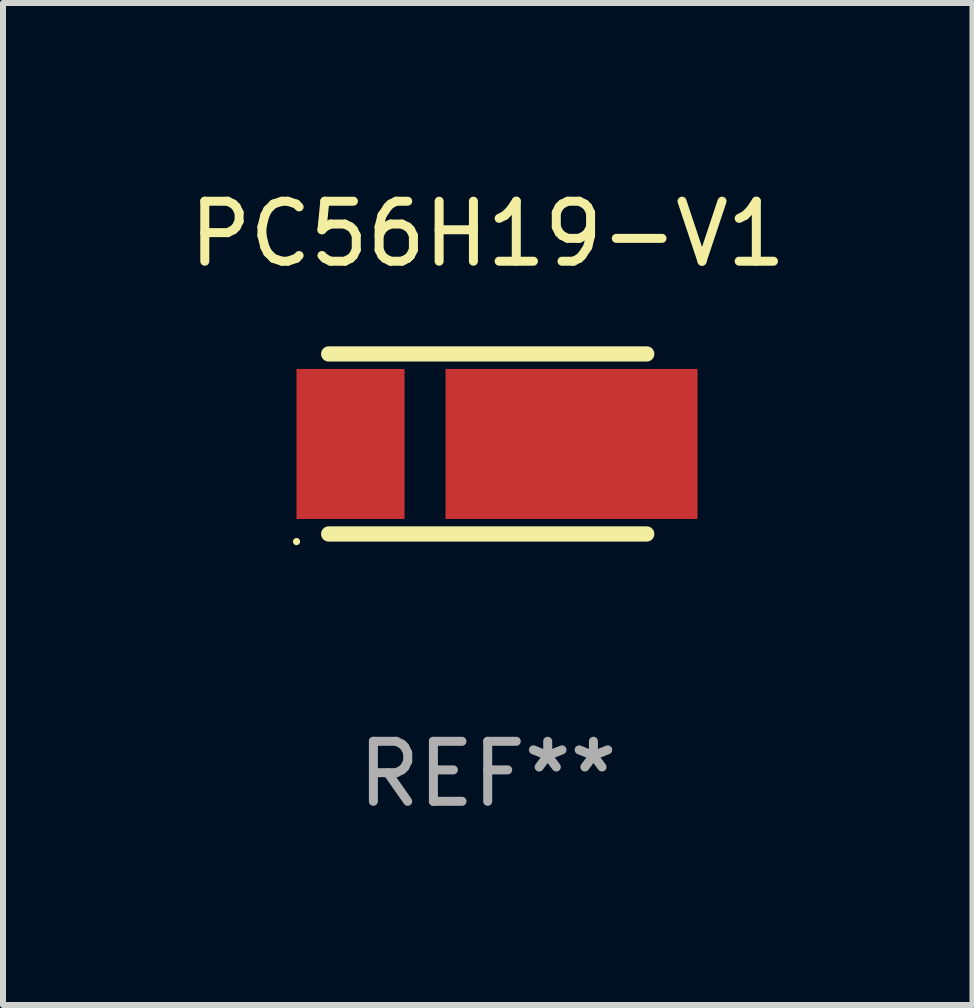
<source format=kicad_pcb>
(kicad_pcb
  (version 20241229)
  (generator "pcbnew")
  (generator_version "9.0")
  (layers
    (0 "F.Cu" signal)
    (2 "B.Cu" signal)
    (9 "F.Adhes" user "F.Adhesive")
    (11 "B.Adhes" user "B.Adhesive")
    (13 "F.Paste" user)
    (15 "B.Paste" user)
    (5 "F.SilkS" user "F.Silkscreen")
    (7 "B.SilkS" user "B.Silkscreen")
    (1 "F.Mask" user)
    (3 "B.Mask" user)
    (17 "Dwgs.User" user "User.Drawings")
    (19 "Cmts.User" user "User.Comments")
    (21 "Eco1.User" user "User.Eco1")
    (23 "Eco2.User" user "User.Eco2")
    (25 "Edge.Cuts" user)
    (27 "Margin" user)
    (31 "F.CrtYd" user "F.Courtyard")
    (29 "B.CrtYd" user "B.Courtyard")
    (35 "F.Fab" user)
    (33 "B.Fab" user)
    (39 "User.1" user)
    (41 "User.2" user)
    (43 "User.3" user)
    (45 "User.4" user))
  (footprint "PC56H19-V1"
    (layer "F.Cu")
    (at 5.077 4.348)
    (property "Reference" "PC56H19-V1" (at 0 -3.5 0) (layer "F.SilkS") (effects (font (size 1 1) (thickness 0.15))))
    (attr through_hole)
    (fp_line (start -2.65 -1.5) (end 2.65 -1.5) (stroke (width 0.254) (type solid)) (layer "F.SilkS"))
    (fp_line (start 2.65 1.5) (end -2.65 1.5) (stroke (width 0.254) (type solid)) (layer "F.SilkS"))
    (fp_circle (center -3.186 1.627) (end -3.156 1.627) (stroke (width 0.06) (type solid)) (fill no) (layer "F.SilkS"))
    (fp_text user "REF**" (at 0 5.5 0) (layer "F.Fab") (effects (font (size 1 1) (thickness 0.15))))
    (pad "1" smd rect (at -2.286 0 180) (size 1.8 2.5) (layers "F.Cu" "F.Mask" "F.Paste"))
    (pad "2" smd rect (at 1.397 0 90) (size 2.5 4.2) (layers "F.Cu" "F.Mask" "F.Paste")))
  (gr_rect
    (start -3 -3)
    (end 13.155 13.697)
    (stroke (width 0.1) (type default))
    (fill no)
    (layer "Edge.Cuts")))
</source>
